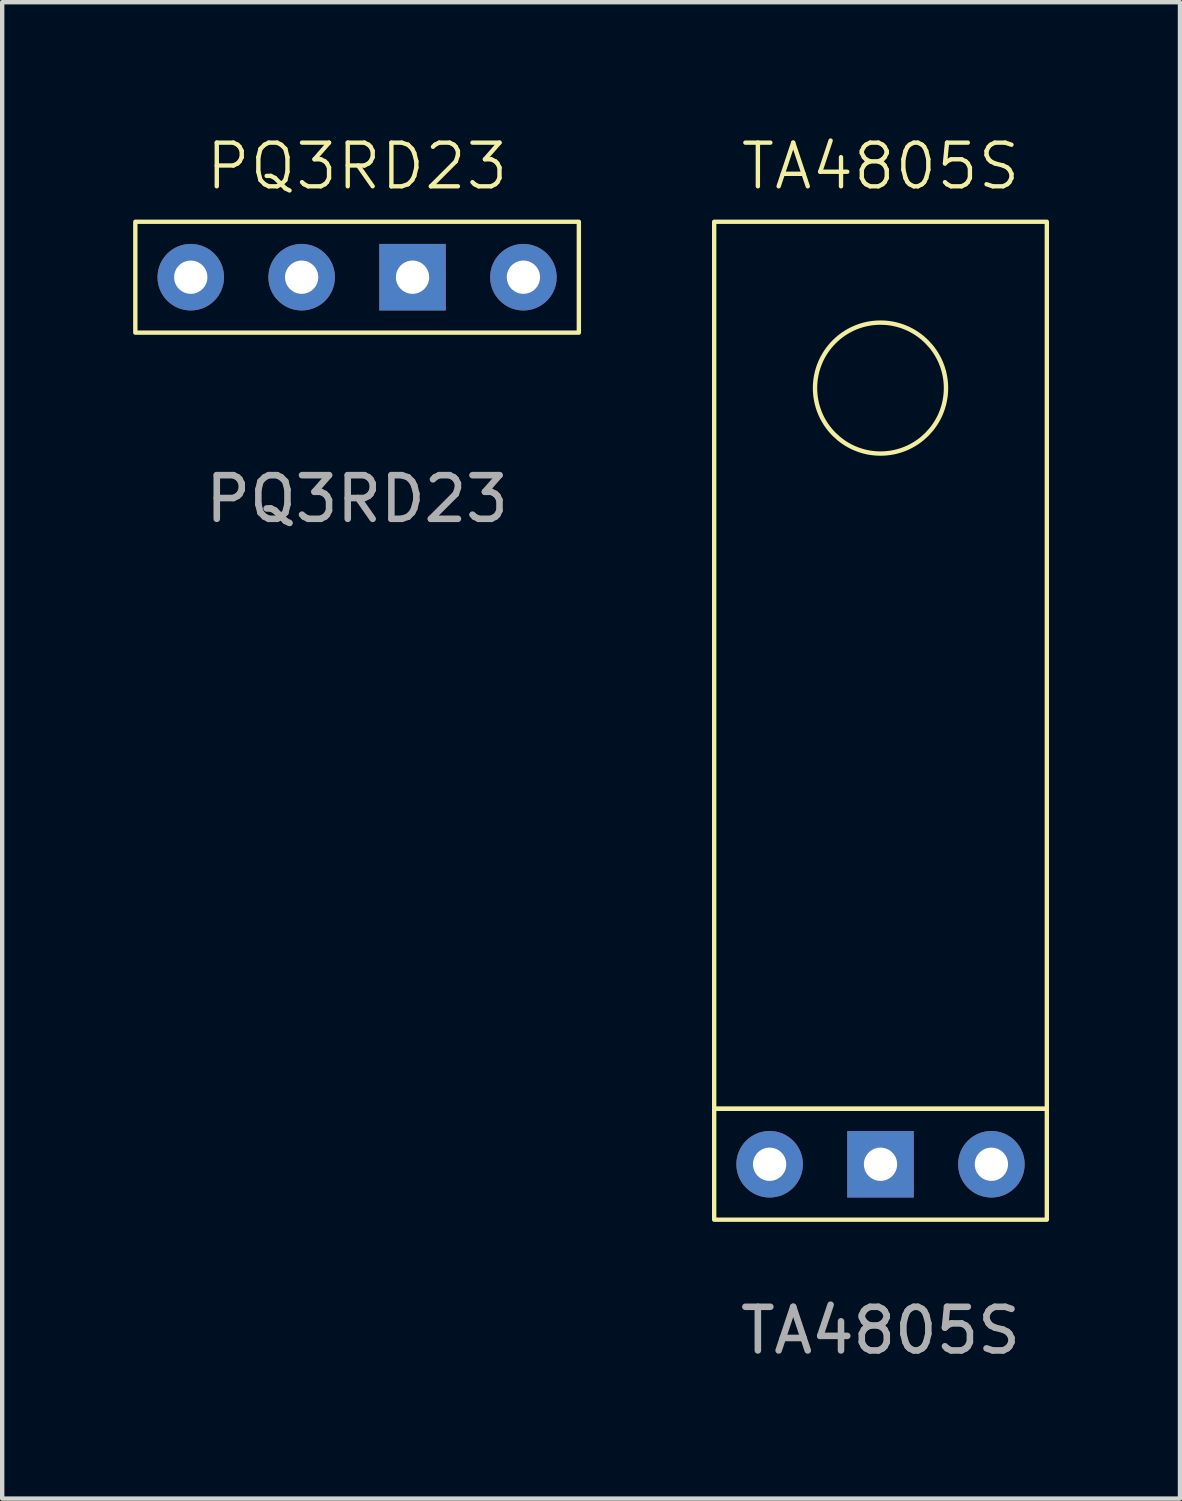
<source format=kicad_pcb>
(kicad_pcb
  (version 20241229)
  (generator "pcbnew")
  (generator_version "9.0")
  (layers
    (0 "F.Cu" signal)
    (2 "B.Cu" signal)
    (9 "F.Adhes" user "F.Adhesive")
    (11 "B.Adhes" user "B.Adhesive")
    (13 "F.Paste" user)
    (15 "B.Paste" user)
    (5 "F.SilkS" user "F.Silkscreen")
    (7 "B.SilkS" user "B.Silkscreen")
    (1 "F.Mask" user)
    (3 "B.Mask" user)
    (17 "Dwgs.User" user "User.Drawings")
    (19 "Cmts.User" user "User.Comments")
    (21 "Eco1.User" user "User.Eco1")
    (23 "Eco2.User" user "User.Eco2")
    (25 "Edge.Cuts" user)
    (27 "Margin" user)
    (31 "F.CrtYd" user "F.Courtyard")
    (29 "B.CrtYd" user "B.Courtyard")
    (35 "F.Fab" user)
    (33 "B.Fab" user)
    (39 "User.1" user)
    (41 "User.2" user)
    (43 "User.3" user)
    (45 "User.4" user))
  (footprint "PQ3RD23"
    (layer "F.Cu")
    (at 6.4 3.3)
    (property "Reference" "PQ3RD23" (at -1.27 -2.54 0) (unlocked yes) (layer "F.SilkS") (effects (font (size 1 1) (thickness 0.1))))
    (attr through_hole)
    (fp_rect (start -6.35 -1.27) (end 3.81 1.27) (stroke (width 0.1) (type default)) (fill no) (layer "F.SilkS"))
    (fp_text user "${REFERENCE}" (at -1.27 5.08 0) (unlocked yes) (layer "F.Fab") (effects (font (size 1 1) (thickness 0.15))))
    (pad "1" thru_hole circle (at -5.08 0) (size 1.524 1.524) (drill 0.762) (layers "*.Cu" "*.Mask"))
    (pad "2" thru_hole circle (at -2.54 0) (size 1.524 1.524) (drill 0.762) (layers "*.Cu" "*.Mask"))
    (pad "3" thru_hole rect (at 0 0) (size 1.524 1.524) (drill 0.762) (layers "*.Cu" "*.Mask"))
    (pad "4" thru_hole circle (at 2.54 0) (size 1.524 1.524) (drill 0.762) (layers "*.Cu" "*.Mask"))
    (zone (net_name "") (layer "F.SilkS") (hatch edge 0.5) (connect_pads) (min_thickness 0.25) (filled_areas_thickness no) (keepout (tracks allowed) (vias allowed) (pads allowed) (copperpour allowed) (footprints not_allowed)) (placement (enabled no)) (fill) (polygon (pts (xy 0.05 2.03) (xy 0.05 4.571) (xy 10.21 4.571) (xy 10.21 2.03)))))
  (footprint "TA4805S"
    (layer "F.Cu")
    (at 17.12 23.62)
    (property "Reference" "TA4805S" (at 0 -22.86 0) (unlocked yes) (layer "F.SilkS") (effects (font (size 1 1) (thickness 0.1))))
    (attr through_hole)
    (fp_rect (start -3.81 -1.27) (end 3.81 -21.59) (stroke (width 0.1) (type default)) (fill no) (layer "F.SilkS"))
    (fp_rect (start -3.81 -1.27) (end 3.81 1.27) (stroke (width 0.1) (type default)) (fill no) (layer "F.SilkS"))
    (fp_circle (center 0 -17.78) (end 1.5 -17.78) (stroke (width 0.1) (type default)) (fill no) (layer "F.SilkS"))
    (fp_text user "${REFERENCE}" (at 0 3.81 0) (unlocked yes) (layer "F.Fab") (effects (font (size 1 1) (thickness 0.15))))
    (pad "1" thru_hole circle (at -2.54 0) (size 1.524 1.524) (drill 0.762) (layers "*.Cu" "*.Mask"))
    (pad "2" thru_hole circle (at 2.54 0) (size 1.524 1.524) (drill 0.762) (layers "*.Cu" "*.Mask"))
    (pad "3" thru_hole rect (at 0 0) (size 1.524 1.524) (drill 0.762) (layers "*.Cu" "*.Mask"))
    (zone (net_name "") (layer "F.SilkS") (hatch edge 0.5) (connect_pads) (min_thickness 0.25) (filled_areas_thickness no) (keepout (tracks allowed) (vias allowed) (pads allowed) (copperpour allowed) (footprints not_allowed)) (placement (enabled no)) (fill) (polygon (pts (xy 13.31 22.351) (xy 13.31 24.89) (xy 20.93 24.89) (xy 20.93 22.351)))))
  (gr_rect
    (start -3 -3)
    (end 23.98 31.279)
    (stroke (width 0.1) (type default))
    (fill no)
    (layer "Edge.Cuts")))
</source>
